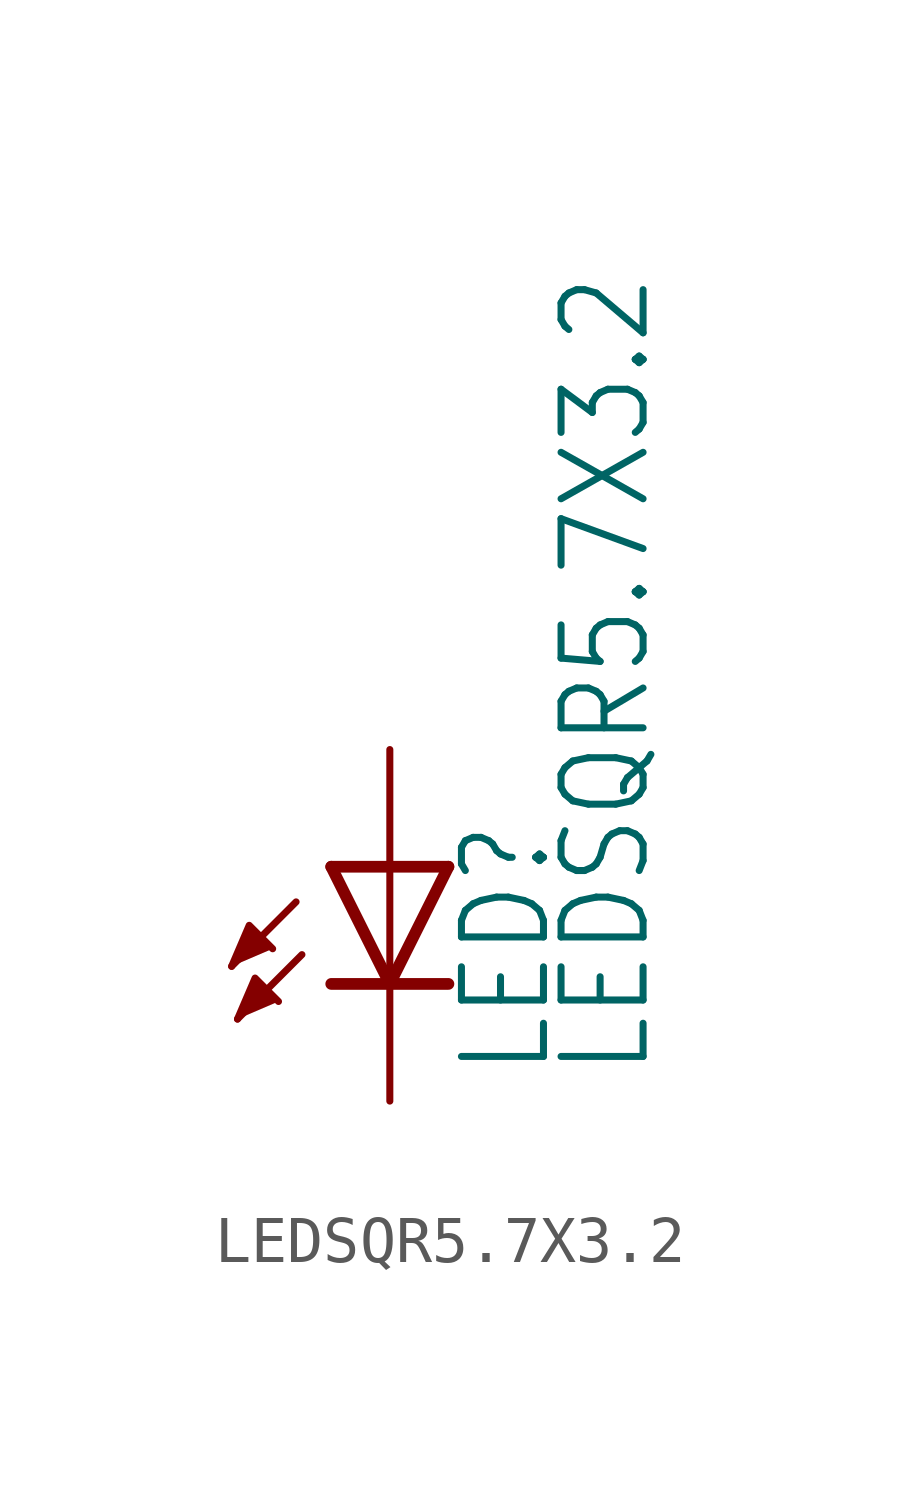
<source format=kicad_sym>
(kicad_symbol_lib
  (version 20211014)
  (generator kicad_symbol_editor)
  (symbol "LEDSQR5.7X3.2"
    (property "Reference" "LED"
      (at 3.556 -4.572 90)
      (effects (font (size 1.778 1.511)) (justify left bottom)))
    (property "Value" "LEDSQR5.7X3.2"
      (at 5.715 -4.572 90)
      (effects (font (size 1.778 1.511)) (justify left bottom)))
    (property "ki_locked" ""
      (at 0 0 0)
      (effects (font (size 1.27 1.27))))
    (symbol "LEDSQR5.7X3.2_1_0"
      (polyline (pts (xy -2.032 -0.762) (xy -3.429 -2.159)) (stroke (width 0.152) (type default) (color 0 0 0 0)) (fill (type none)))
      (polyline (pts (xy -1.905 -1.905) (xy -3.302 -3.302)) (stroke (width 0.152) (type default) (color 0 0 0 0)) (fill (type none)))
      (polyline (pts (xy 0 -2.54) (xy -1.27 -2.54)) (stroke (width 0.254) (type default) (color 0 0 0 0)) (fill (type none)))
      (polyline (pts (xy 0 -2.54) (xy -1.27 0)) (stroke (width 0.254) (type default) (color 0 0 0 0)) (fill (type none)))
      (polyline (pts (xy 0 0) (xy -1.27 0)) (stroke (width 0.254) (type default) (color 0 0 0 0)) (fill (type none)))
      (polyline (pts (xy 0 0) (xy 0 -2.54)) (stroke (width 0.152) (type default) (color 0 0 0 0)) (fill (type none)))
      (polyline (pts (xy 1.27 -2.54) (xy 0 -2.54)) (stroke (width 0.254) (type default) (color 0 0 0 0)) (fill (type none)))
      (polyline (pts (xy 1.27 0) (xy 0 -2.54)) (stroke (width 0.254) (type default) (color 0 0 0 0)) (fill (type none)))
      (polyline (pts (xy 1.27 0) (xy 0 0)) (stroke (width 0.254) (type default) (color 0 0 0 0)) (fill (type none)))
      (polyline (pts (xy -3.429 -2.159) (xy -3.048 -1.27) (xy -2.54 -1.778)) (stroke (width 0) (type default) (color 0 0 0 0)) (fill (type outline)))
      (polyline (pts (xy -3.302 -3.302) (xy -2.921 -2.413) (xy -2.413 -2.921)) (stroke (width 0) (type default) (color 0 0 0 0)) (fill (type outline)))
      (pin passive line (at 0 2.54 270) (length 2.54) (name "A" (effects (font (size 0 0)))) (number "A" (effects (font (size 0 0)))))
      (pin passive line (at 0 -5.08 90) (length 2.54) (name "C" (effects (font (size 0 0)))) (number "K" (effects (font (size 0 0))))))))
</source>
